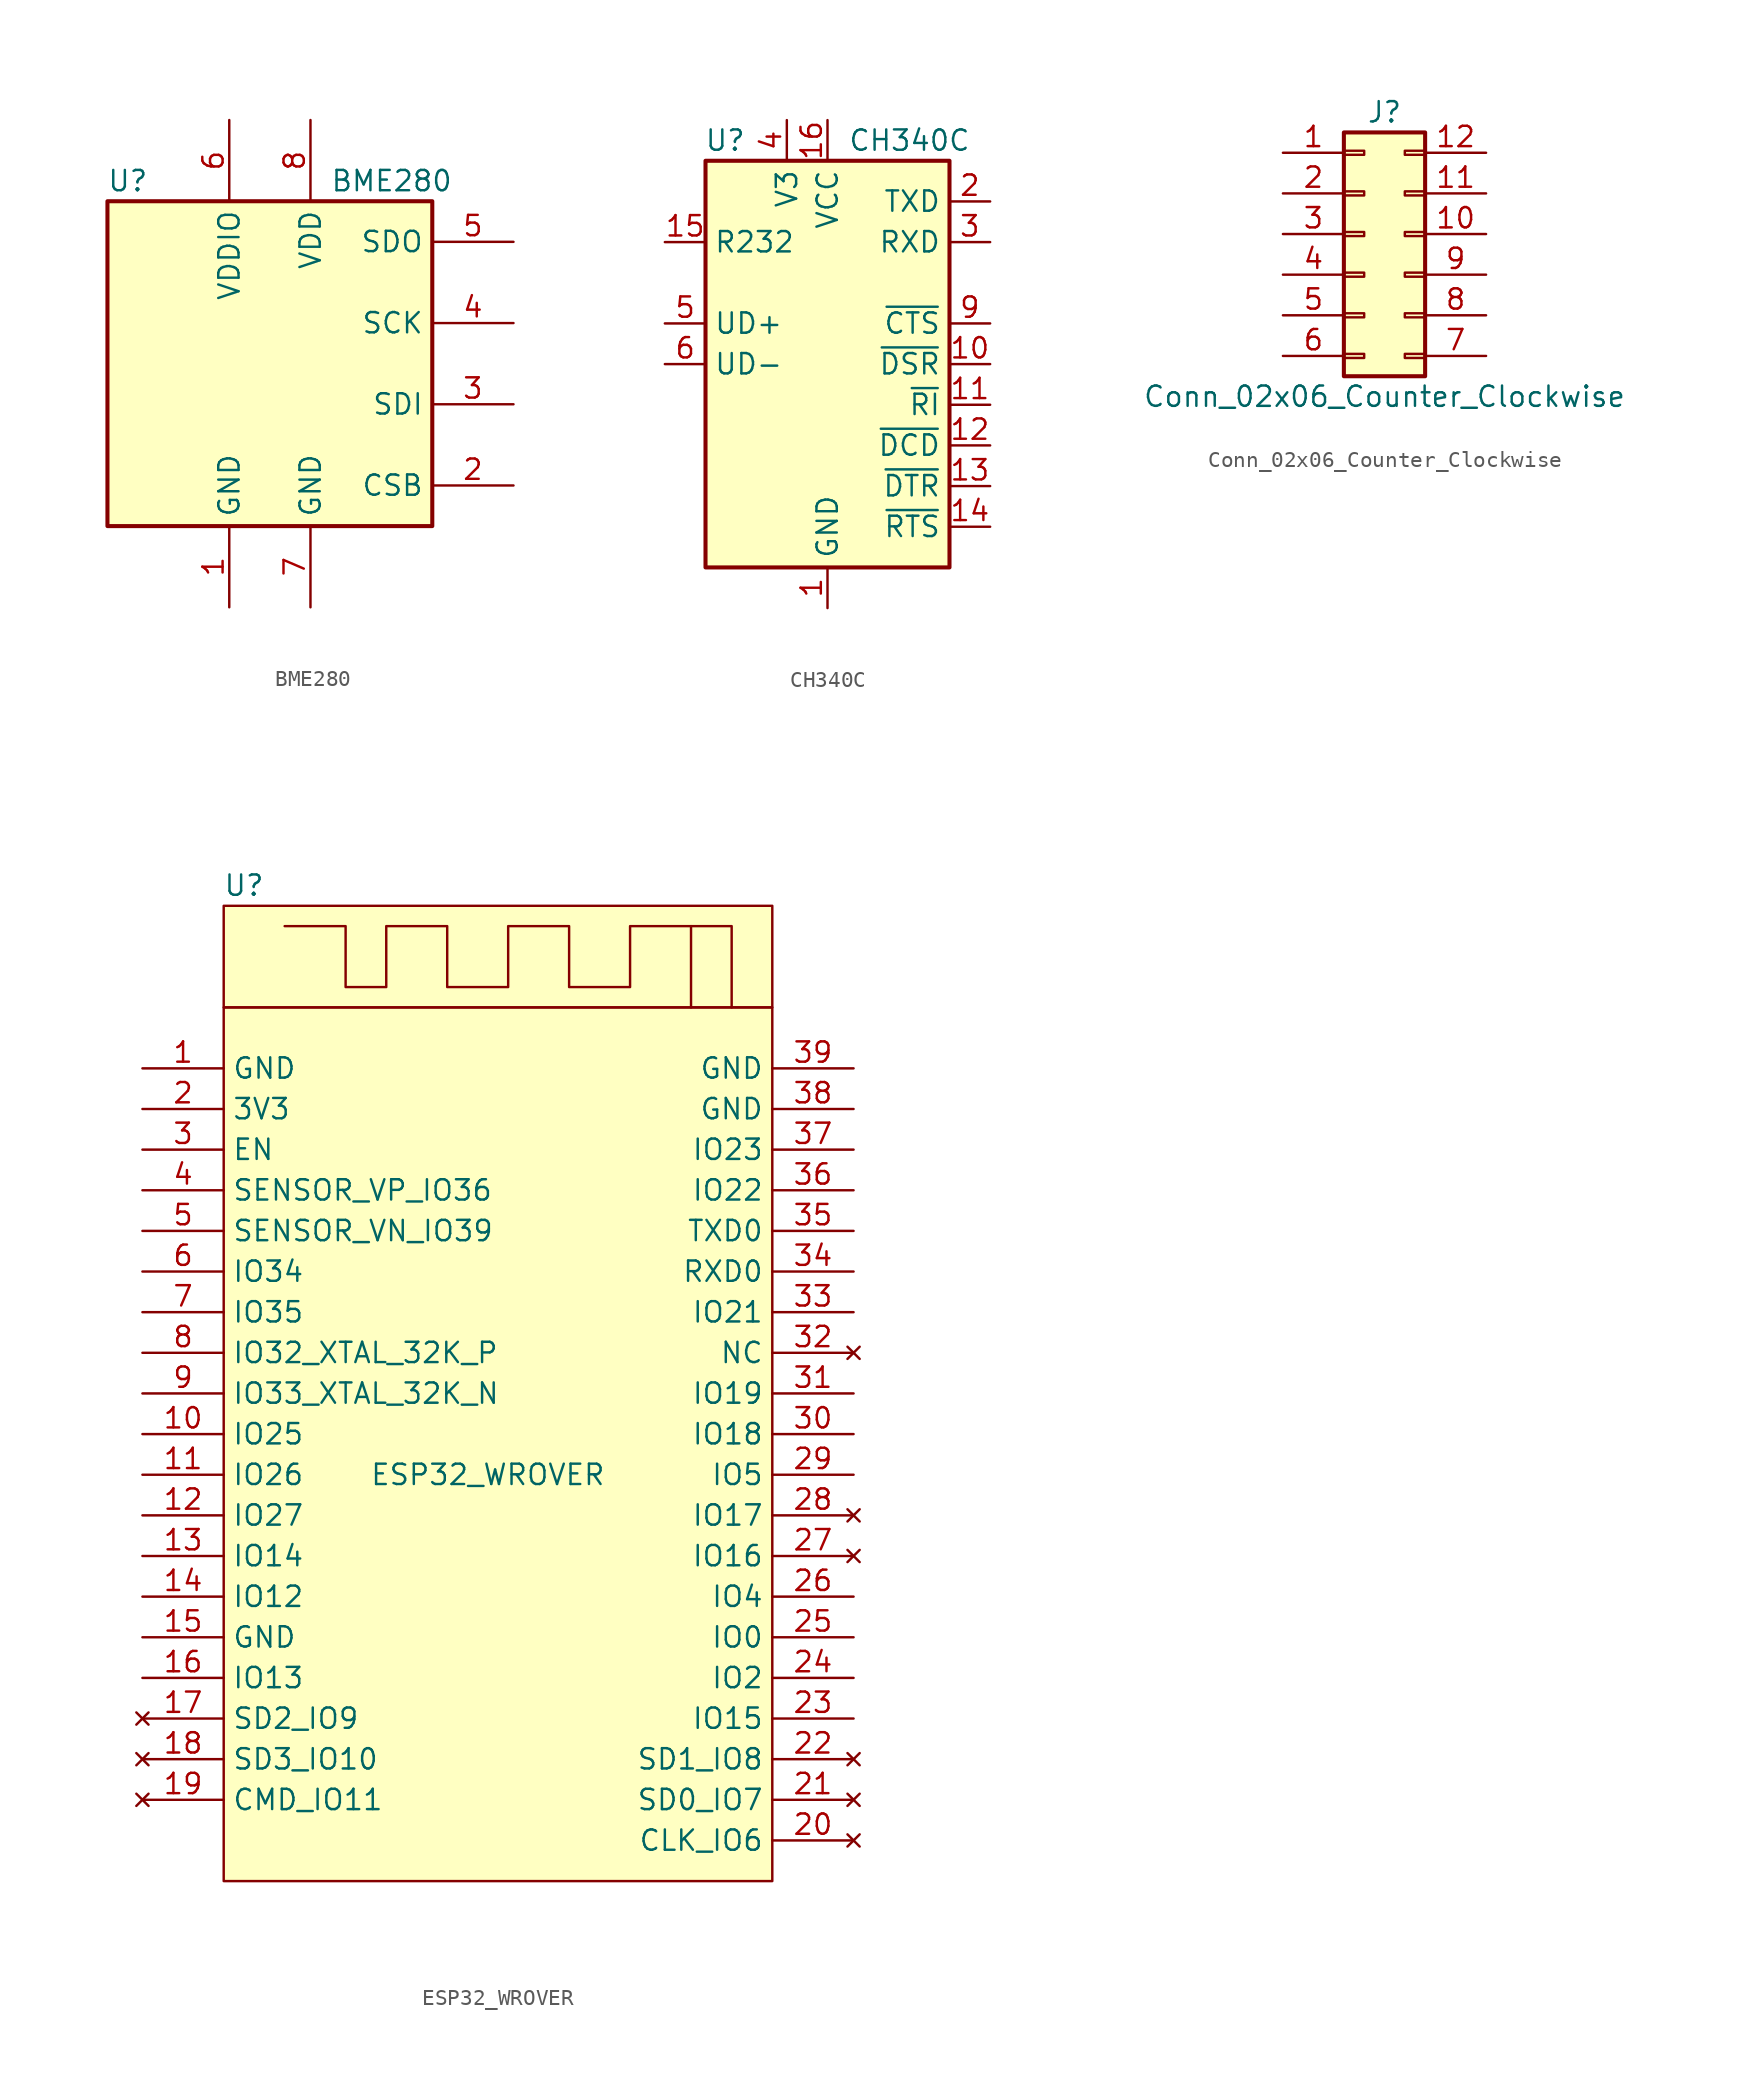
<source format=kicad_sym>
(kicad_symbol_lib
  (version 20220914)
  (generator kicad_symbol_editor)
  (symbol "BME280"
    (property "Reference" "U"
      (at -8.89 11.43 0)
      (effects (font (size 1.27 1.27))))
    (property "Value" "BME280"
      (at 7.62 11.43 0)
      (effects (font (size 1.27 1.27))))
    (symbol "BME280_0_1"
      (rectangle (start -10.16 10.16) (end 10.16 -10.16) (stroke (width 0.254) (type default)) (fill (type background))))
    (symbol "BME280_1_1"
      (pin passive line (at -2.54 -15.24 90) (length 5.08) (name "GND" (effects (font (size 1.27 1.27)))) (number "1" (effects (font (size 1.27 1.27)))))
      (pin input line (at 15.24 -7.62 180) (length 5.08) (name "CSB" (effects (font (size 1.27 1.27)))) (number "2" (effects (font (size 1.27 1.27)))))
      (pin bidirectional line (at 15.24 -2.54 180) (length 5.08) (name "SDI" (effects (font (size 1.27 1.27)))) (number "3" (effects (font (size 1.27 1.27)))))
      (pin input line (at 15.24 2.54 180) (length 5.08) (name "SCK" (effects (font (size 1.27 1.27)))) (number "4" (effects (font (size 1.27 1.27)))))
      (pin bidirectional line (at 15.24 7.62 180) (length 5.08) (name "SDO" (effects (font (size 1.27 1.27)))) (number "5" (effects (font (size 1.27 1.27)))))
      (pin passive line (at -2.54 15.24 270) (length 5.08) (name "VDDIO" (effects (font (size 1.27 1.27)))) (number "6" (effects (font (size 1.27 1.27)))))
      (pin passive line (at 2.54 -15.24 90) (length 5.08) (name "GND" (effects (font (size 1.27 1.27)))) (number "7" (effects (font (size 1.27 1.27)))))
      (pin passive line (at 2.54 15.24 270) (length 5.08) (name "VDD" (effects (font (size 1.27 1.27)))) (number "8" (effects (font (size 1.27 1.27)))))))
  (symbol "CH340C"
    (property "Reference" "U"
      (at -5.08 13.97 0)
      (effects (font (size 1.27 1.27)) (justify right)))
    (property "Value" "CH340C"
      (at 1.27 13.97 0)
      (effects (font (size 1.27 1.27)) (justify left)))
    (symbol "CH340C_0_1"
      (rectangle (start -7.62 12.7) (end 7.62 -12.7) (stroke (width 0.254) (type default)) (fill (type background))))
    (symbol "CH340C_1_1"
      (pin passive line (at 0 -15.24 90) (length 2.54) (name "GND" (effects (font (size 1.27 1.27)))) (number "1" (effects (font (size 1.27 1.27)))))
      (pin input line (at 10.16 0 180) (length 2.54) (name "~{DSR}" (effects (font (size 1.27 1.27)))) (number "10" (effects (font (size 1.27 1.27)))))
      (pin input line (at 10.16 -2.54 180) (length 2.54) (name "~{RI}" (effects (font (size 1.27 1.27)))) (number "11" (effects (font (size 1.27 1.27)))))
      (pin input line (at 10.16 -5.08 180) (length 2.54) (name "~{DCD}" (effects (font (size 1.27 1.27)))) (number "12" (effects (font (size 1.27 1.27)))))
      (pin output line (at 10.16 -7.62 180) (length 2.54) (name "~{DTR}" (effects (font (size 1.27 1.27)))) (number "13" (effects (font (size 1.27 1.27)))))
      (pin output line (at 10.16 -10.16 180) (length 2.54) (name "~{RTS}" (effects (font (size 1.27 1.27)))) (number "14" (effects (font (size 1.27 1.27)))))
      (pin input line (at -10.16 7.62 0) (length 2.54) (name "R232" (effects (font (size 1.27 1.27)))) (number "15" (effects (font (size 1.27 1.27)))))
      (pin passive line (at 0 15.24 270) (length 2.54) (name "VCC" (effects (font (size 1.27 1.27)))) (number "16" (effects (font (size 1.27 1.27)))))
      (pin output line (at 10.16 10.16 180) (length 2.54) (name "TXD" (effects (font (size 1.27 1.27)))) (number "2" (effects (font (size 1.27 1.27)))))
      (pin input line (at 10.16 7.62 180) (length 2.54) (name "RXD" (effects (font (size 1.27 1.27)))) (number "3" (effects (font (size 1.27 1.27)))))
      (pin passive line (at -2.54 15.24 270) (length 2.54) (name "V3" (effects (font (size 1.27 1.27)))) (number "4" (effects (font (size 1.27 1.27)))))
      (pin bidirectional line (at -10.16 2.54 0) (length 2.54) (name "UD+" (effects (font (size 1.27 1.27)))) (number "5" (effects (font (size 1.27 1.27)))))
      (pin bidirectional line (at -10.16 0 0) (length 2.54) (name "UD-" (effects (font (size 1.27 1.27)))) (number "6" (effects (font (size 1.27 1.27)))))
      (pin no_connect line (at -7.62 -7.62 0) (length 2.54) hide (name "NC" (effects (font (size 1.27 1.27)))) (number "7" (effects (font (size 1.27 1.27)))))
      (pin no_connect line (at -7.62 -10.16 0) (length 2.54) hide (name "NC" (effects (font (size 1.27 1.27)))) (number "8" (effects (font (size 1.27 1.27)))))
      (pin input line (at 10.16 2.54 180) (length 2.54) (name "~{CTS}" (effects (font (size 1.27 1.27)))) (number "9" (effects (font (size 1.27 1.27)))))))
  (symbol "Conn_02x06_Counter_Clockwise"
    (pin_names
      (offset 1.016) hide)
    (property "Reference" "J"
      (at 0 8.89 0)
      (effects (font (size 1.27 1.27))))
    (property "Value" "Conn_02x06_Counter_Clockwise"
      (at 0 -8.89 0)
      (effects (font (size 1.27 1.27))))
    (symbol "Conn_02x06_Counter_Clockwise_1_1"
      (rectangle (start -2.54 -6.223) (end -1.27 -6.477) (stroke (width 0.152) (type default)) (fill (type none)))
      (rectangle (start -2.54 -3.683) (end -1.27 -3.937) (stroke (width 0.152) (type default)) (fill (type none)))
      (rectangle (start -2.54 -1.143) (end -1.27 -1.397) (stroke (width 0.152) (type default)) (fill (type none)))
      (rectangle (start -2.54 1.397) (end -1.27 1.143) (stroke (width 0.152) (type default)) (fill (type none)))
      (rectangle (start -2.54 3.937) (end -1.27 3.683) (stroke (width 0.152) (type default)) (fill (type none)))
      (rectangle (start -2.54 6.477) (end -1.27 6.223) (stroke (width 0.152) (type default)) (fill (type none)))
      (rectangle (start -2.54 7.62) (end 2.54 -7.62) (stroke (width 0.254) (type default)) (fill (type background)))
      (rectangle (start 2.54 -6.223) (end 1.27 -6.477) (stroke (width 0.152) (type default)) (fill (type none)))
      (rectangle (start 2.54 -3.683) (end 1.27 -3.937) (stroke (width 0.152) (type default)) (fill (type none)))
      (rectangle (start 2.54 -1.143) (end 1.27 -1.397) (stroke (width 0.152) (type default)) (fill (type none)))
      (rectangle (start 2.54 1.397) (end 1.27 1.143) (stroke (width 0.152) (type default)) (fill (type none)))
      (rectangle (start 2.54 3.937) (end 1.27 3.683) (stroke (width 0.152) (type default)) (fill (type none)))
      (rectangle (start 2.54 6.477) (end 1.27 6.223) (stroke (width 0.152) (type default)) (fill (type none)))
      (pin passive line (at -6.35 6.35 0) (length 3.81) (name "Pin_1" (effects (font (size 1.27 1.27)))) (number "1" (effects (font (size 1.27 1.27)))))
      (pin passive line (at 6.35 1.27 180) (length 3.81) (name "Pin_10" (effects (font (size 1.27 1.27)))) (number "10" (effects (font (size 1.27 1.27)))))
      (pin passive line (at 6.35 3.81 180) (length 3.81) (name "Pin_11" (effects (font (size 1.27 1.27)))) (number "11" (effects (font (size 1.27 1.27)))))
      (pin passive line (at 6.35 6.35 180) (length 3.81) (name "Pin_12" (effects (font (size 1.27 1.27)))) (number "12" (effects (font (size 1.27 1.27)))))
      (pin passive line (at -6.35 3.81 0) (length 3.81) (name "Pin_2" (effects (font (size 1.27 1.27)))) (number "2" (effects (font (size 1.27 1.27)))))
      (pin passive line (at -6.35 1.27 0) (length 3.81) (name "Pin_3" (effects (font (size 1.27 1.27)))) (number "3" (effects (font (size 1.27 1.27)))))
      (pin passive line (at -6.35 -1.27 0) (length 3.81) (name "Pin_4" (effects (font (size 1.27 1.27)))) (number "4" (effects (font (size 1.27 1.27)))))
      (pin passive line (at -6.35 -3.81 0) (length 3.81) (name "Pin_5" (effects (font (size 1.27 1.27)))) (number "5" (effects (font (size 1.27 1.27)))))
      (pin passive line (at -6.35 -6.35 0) (length 3.81) (name "Pin_6" (effects (font (size 1.27 1.27)))) (number "6" (effects (font (size 1.27 1.27)))))
      (pin passive line (at 6.35 -6.35 180) (length 3.81) (name "Pin_7" (effects (font (size 1.27 1.27)))) (number "7" (effects (font (size 1.27 1.27)))))
      (pin passive line (at 6.35 -3.81 180) (length 3.81) (name "Pin_8" (effects (font (size 1.27 1.27)))) (number "8" (effects (font (size 1.27 1.27)))))
      (pin passive line (at 6.35 -1.27 180) (length 3.81) (name "Pin_9" (effects (font (size 1.27 1.27)))) (number "9" (effects (font (size 1.27 1.27)))))))
  (symbol "ESP32_WROVER"
    (property "Reference" "U"
      (at -15.24 36.83 0)
      (effects (font (size 1.27 1.27))))
    (property "Value" "ESP32_WROVER"
      (at 0 0 0)
      (effects (font (size 1.27 1.27))))
    (symbol "ESP32_WROVER_0_1"
      (rectangle (start -16.51 29.21) (end 17.78 -25.4) (stroke (width 0) (type default)) (fill (type background)))
      (rectangle (start -16.51 35.56) (end 17.78 29.21) (stroke (width 0) (type default)) (fill (type background)))
      (polyline (pts (xy 12.7 34.29) (xy 15.24 34.29) (xy 15.24 29.21)) (stroke (width 0) (type default)) (fill (type none)))
      (polyline (pts (xy -12.7 34.29) (xy -8.89 34.29) (xy -8.89 30.48) (xy -6.35 30.48) (xy -6.35 34.29) (xy -2.54 34.29) (xy -2.54 30.48) (xy 1.27 30.48) (xy 1.27 34.29) (xy 5.08 34.29) (xy 5.08 30.48) (xy 8.89 30.48) (xy 8.89 34.29) (xy 12.7 34.29) (xy 12.7 29.21)) (stroke (width 0) (type default)) (fill (type none))))
    (symbol "ESP32_WROVER_1_1"
      (pin passive line (at -21.59 25.4 0) (length 5.08) (name "GND" (effects (font (size 1.27 1.27)))) (number "1" (effects (font (size 1.27 1.27)))))
      (pin bidirectional line (at -21.59 2.54 0) (length 5.08) (name "IO25" (effects (font (size 1.27 1.27)))) (number "10" (effects (font (size 1.27 1.27)))))
      (pin bidirectional line (at -21.59 0 0) (length 5.08) (name "IO26" (effects (font (size 1.27 1.27)))) (number "11" (effects (font (size 1.27 1.27)))))
      (pin bidirectional line (at -21.59 -2.54 0) (length 5.08) (name "IO27" (effects (font (size 1.27 1.27)))) (number "12" (effects (font (size 1.27 1.27)))))
      (pin bidirectional line (at -21.59 -5.08 0) (length 5.08) (name "IO14" (effects (font (size 1.27 1.27)))) (number "13" (effects (font (size 1.27 1.27)))))
      (pin bidirectional line (at -21.59 -7.62 0) (length 5.08) (name "IO12" (effects (font (size 1.27 1.27)))) (number "14" (effects (font (size 1.27 1.27)))))
      (pin passive line (at -21.59 -10.16 0) (length 5.08) (name "GND" (effects (font (size 1.27 1.27)))) (number "15" (effects (font (size 1.27 1.27)))))
      (pin bidirectional line (at -21.59 -12.7 0) (length 5.08) (name "IO13" (effects (font (size 1.27 1.27)))) (number "16" (effects (font (size 1.27 1.27)))))
      (pin no_connect line (at -21.59 -15.24 0) (length 5.08) (name "SD2_IO9" (effects (font (size 1.27 1.27)))) (number "17" (effects (font (size 1.27 1.27)))))
      (pin no_connect line (at -21.59 -17.78 0) (length 5.08) (name "SD3_IO10" (effects (font (size 1.27 1.27)))) (number "18" (effects (font (size 1.27 1.27)))))
      (pin no_connect line (at -21.59 -20.32 0) (length 5.08) (name "CMD_IO11" (effects (font (size 1.27 1.27)))) (number "19" (effects (font (size 1.27 1.27)))))
      (pin passive line (at -21.59 22.86 0) (length 5.08) (name "3V3" (effects (font (size 1.27 1.27)))) (number "2" (effects (font (size 1.27 1.27)))))
      (pin no_connect line (at 22.86 -22.86 180) (length 5.08) (name "CLK_IO6" (effects (font (size 1.27 1.27)))) (number "20" (effects (font (size 1.27 1.27)))))
      (pin no_connect line (at 22.86 -20.32 180) (length 5.08) (name "SD0_IO7" (effects (font (size 1.27 1.27)))) (number "21" (effects (font (size 1.27 1.27)))))
      (pin no_connect line (at 22.86 -17.78 180) (length 5.08) (name "SD1_IO8" (effects (font (size 1.27 1.27)))) (number "22" (effects (font (size 1.27 1.27)))))
      (pin bidirectional line (at 22.86 -15.24 180) (length 5.08) (name "IO15" (effects (font (size 1.27 1.27)))) (number "23" (effects (font (size 1.27 1.27)))))
      (pin bidirectional line (at 22.86 -12.7 180) (length 5.08) (name "IO2" (effects (font (size 1.27 1.27)))) (number "24" (effects (font (size 1.27 1.27)))))
      (pin bidirectional line (at 22.86 -10.16 180) (length 5.08) (name "IO0" (effects (font (size 1.27 1.27)))) (number "25" (effects (font (size 1.27 1.27)))))
      (pin bidirectional line (at 22.86 -7.62 180) (length 5.08) (name "IO4" (effects (font (size 1.27 1.27)))) (number "26" (effects (font (size 1.27 1.27)))))
      (pin no_connect line (at 22.86 -5.08 180) (length 5.08) (name "IO16" (effects (font (size 1.27 1.27)))) (number "27" (effects (font (size 1.27 1.27)))))
      (pin no_connect line (at 22.86 -2.54 180) (length 5.08) (name "IO17" (effects (font (size 1.27 1.27)))) (number "28" (effects (font (size 1.27 1.27)))))
      (pin bidirectional line (at 22.86 0 180) (length 5.08) (name "IO5" (effects (font (size 1.27 1.27)))) (number "29" (effects (font (size 1.27 1.27)))))
      (pin input line (at -21.59 20.32 0) (length 5.08) (name "EN" (effects (font (size 1.27 1.27)))) (number "3" (effects (font (size 1.27 1.27)))))
      (pin bidirectional line (at 22.86 2.54 180) (length 5.08) (name "IO18" (effects (font (size 1.27 1.27)))) (number "30" (effects (font (size 1.27 1.27)))))
      (pin bidirectional line (at 22.86 5.08 180) (length 5.08) (name "IO19" (effects (font (size 1.27 1.27)))) (number "31" (effects (font (size 1.27 1.27)))))
      (pin no_connect line (at 22.86 7.62 180) (length 5.08) (name "NC" (effects (font (size 1.27 1.27)))) (number "32" (effects (font (size 1.27 1.27)))))
      (pin bidirectional line (at 22.86 10.16 180) (length 5.08) (name "IO21" (effects (font (size 1.27 1.27)))) (number "33" (effects (font (size 1.27 1.27)))))
      (pin input line (at 22.86 12.7 180) (length 5.08) (name "RXD0" (effects (font (size 1.27 1.27)))) (number "34" (effects (font (size 1.27 1.27)))))
      (pin output line (at 22.86 15.24 180) (length 5.08) (name "TXD0" (effects (font (size 1.27 1.27)))) (number "35" (effects (font (size 1.27 1.27)))))
      (pin bidirectional line (at 22.86 17.78 180) (length 5.08) (name "IO22" (effects (font (size 1.27 1.27)))) (number "36" (effects (font (size 1.27 1.27)))))
      (pin bidirectional line (at 22.86 20.32 180) (length 5.08) (name "IO23" (effects (font (size 1.27 1.27)))) (number "37" (effects (font (size 1.27 1.27)))))
      (pin passive line (at 22.86 22.86 180) (length 5.08) (name "GND" (effects (font (size 1.27 1.27)))) (number "38" (effects (font (size 1.27 1.27)))))
      (pin passive line (at 22.86 25.4 180) (length 5.08) (name "GND" (effects (font (size 1.27 1.27)))) (number "39" (effects (font (size 1.27 1.27)))))
      (pin input line (at -21.59 17.78 0) (length 5.08) (name "SENSOR_VP_IO36" (effects (font (size 1.27 1.27)))) (number "4" (effects (font (size 1.27 1.27)))))
      (pin input line (at -21.59 15.24 0) (length 5.08) (name "SENSOR_VN_IO39" (effects (font (size 1.27 1.27)))) (number "5" (effects (font (size 1.27 1.27)))))
      (pin input line (at -21.59 12.7 0) (length 5.08) (name "IO34" (effects (font (size 1.27 1.27)))) (number "6" (effects (font (size 1.27 1.27)))))
      (pin input line (at -21.59 10.16 0) (length 5.08) (name "IO35" (effects (font (size 1.27 1.27)))) (number "7" (effects (font (size 1.27 1.27)))))
      (pin bidirectional line (at -21.59 7.62 0) (length 5.08) (name "IO32_XTAL_32K_P" (effects (font (size 1.27 1.27)))) (number "8" (effects (font (size 1.27 1.27)))))
      (pin bidirectional line (at -21.59 5.08 0) (length 5.08) (name "IO33_XTAL_32K_N" (effects (font (size 1.27 1.27)))) (number "9" (effects (font (size 1.27 1.27))))))))
</source>
